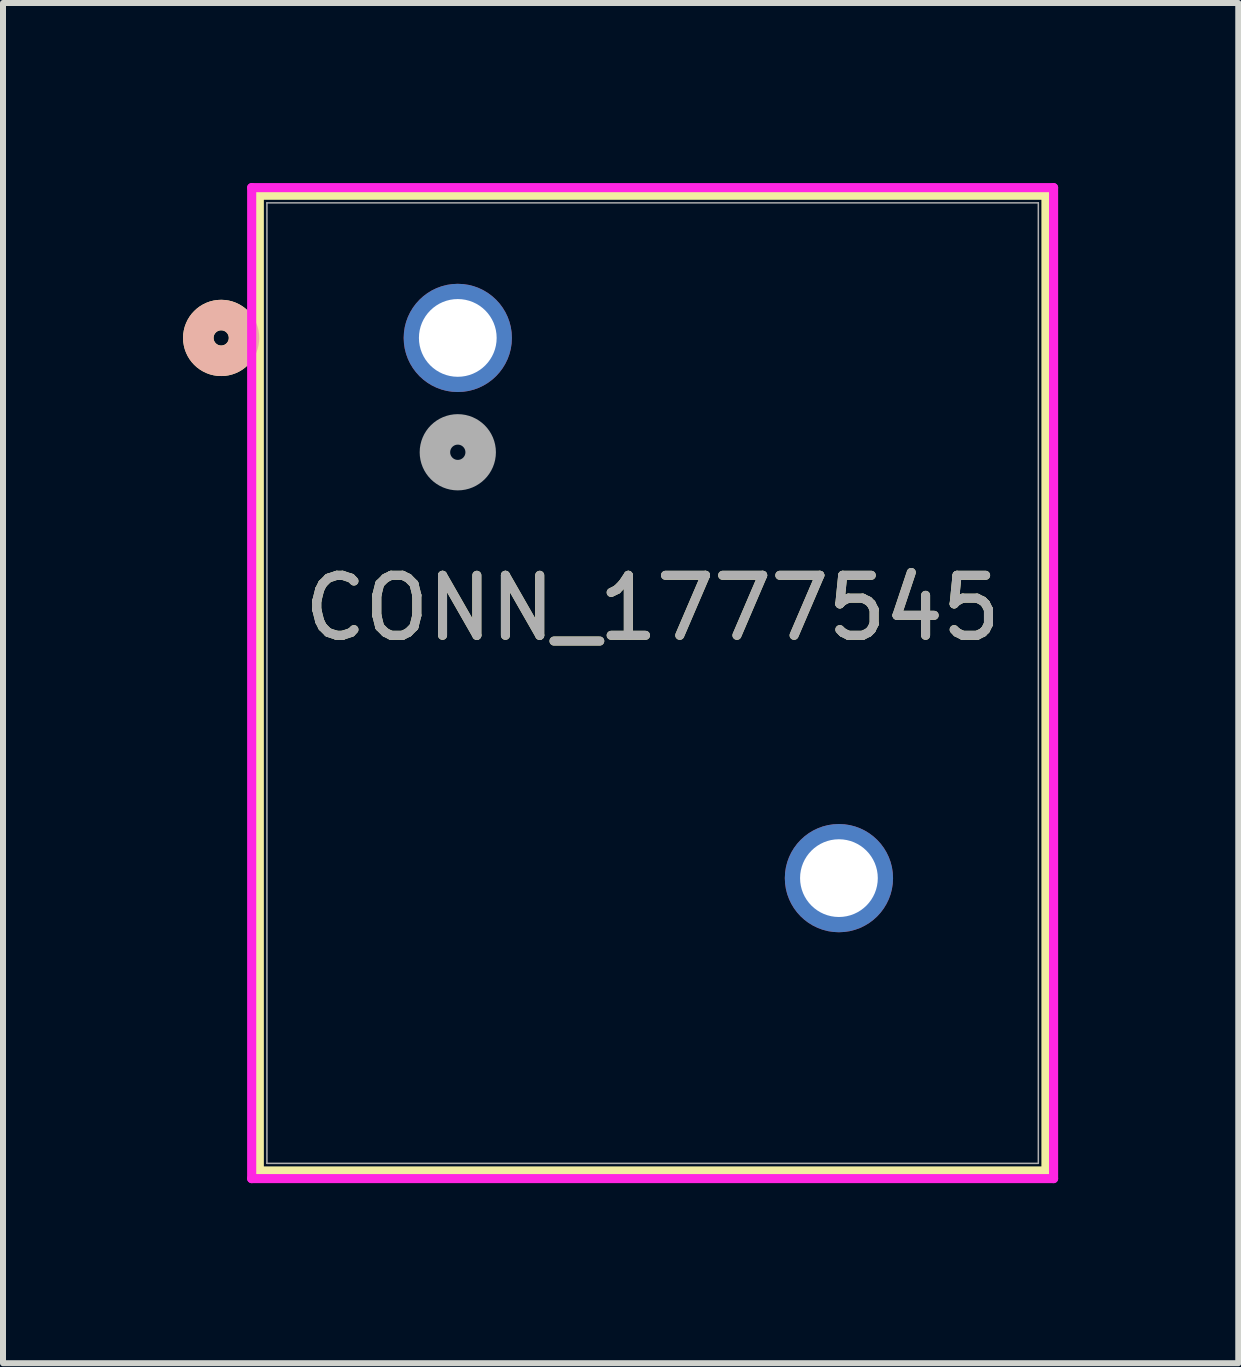
<source format=kicad_pcb>
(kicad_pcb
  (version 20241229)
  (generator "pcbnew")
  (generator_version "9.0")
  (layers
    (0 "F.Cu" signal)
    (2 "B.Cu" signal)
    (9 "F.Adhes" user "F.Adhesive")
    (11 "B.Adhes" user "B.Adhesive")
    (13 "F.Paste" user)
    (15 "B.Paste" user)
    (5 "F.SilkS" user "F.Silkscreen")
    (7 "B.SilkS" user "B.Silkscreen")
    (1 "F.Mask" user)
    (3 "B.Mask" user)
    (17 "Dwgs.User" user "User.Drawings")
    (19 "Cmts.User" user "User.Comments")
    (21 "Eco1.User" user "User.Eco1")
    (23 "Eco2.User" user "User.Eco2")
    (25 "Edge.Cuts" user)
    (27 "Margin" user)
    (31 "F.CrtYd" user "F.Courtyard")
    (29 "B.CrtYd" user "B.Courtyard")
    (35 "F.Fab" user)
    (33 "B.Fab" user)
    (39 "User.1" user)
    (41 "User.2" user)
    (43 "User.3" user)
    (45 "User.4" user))
  (footprint "CONN_1777545"
    (layer "F.Cu")
    (at 11.069 11.58)
    (property "Reference" "CONN_1777545" (at -3.246 -4.5 0) (unlocked yes) (layer "F.SilkS") (effects (font (size 1 1) (thickness 0.15))))
    (attr through_hole)
    (fp_line (start -9.799 -11.377) (end -9.799 4.879) (stroke (width 0.152) (type solid)) (layer "F.SilkS"))
    (fp_line (start -9.799 4.879) (end 3.307 4.879) (stroke (width 0.152) (type solid)) (layer "F.SilkS"))
    (fp_line (start 3.307 -11.377) (end -9.799 -11.377) (stroke (width 0.152) (type solid)) (layer "F.SilkS"))
    (fp_line (start 3.307 4.879) (end 3.307 -11.377) (stroke (width 0.152) (type solid)) (layer "F.SilkS"))
    (fp_circle (center -10.434 -9) (end -10.053 -9) (stroke (width 0.508) (type solid)) (fill no) (layer "F.SilkS"))
    (fp_circle (center -10.434 -9) (end -10.053 -9) (stroke (width 0.508) (type solid)) (fill no) (layer "B.SilkS"))
    (fp_line (start -9.926 -11.504) (end -9.926 5.006) (stroke (width 0.152) (type solid)) (layer "F.CrtYd"))
    (fp_line (start -9.926 5.006) (end 3.434 5.006) (stroke (width 0.152) (type solid)) (layer "F.CrtYd"))
    (fp_line (start 3.434 -11.504) (end -9.926 -11.504) (stroke (width 0.152) (type solid)) (layer "F.CrtYd"))
    (fp_line (start 3.434 5.006) (end 3.434 -11.504) (stroke (width 0.152) (type solid)) (layer "F.CrtYd"))
    (fp_line (start -9.672 -11.25) (end -9.672 4.752) (stroke (width 0.025) (type solid)) (layer "F.Fab"))
    (fp_line (start -9.672 4.752) (end 3.18 4.752) (stroke (width 0.025) (type solid)) (layer "F.Fab"))
    (fp_line (start 3.18 -11.25) (end -9.672 -11.25) (stroke (width 0.025) (type solid)) (layer "F.Fab"))
    (fp_line (start 3.18 4.752) (end 3.18 -11.25) (stroke (width 0.025) (type solid)) (layer "F.Fab"))
    (fp_circle (center -6.492 -7.095) (end -6.111 -7.095) (stroke (width 0.508) (type solid)) (fill no) (layer "F.Fab"))
    (fp_text user "${REFERENCE}" (at -3.246 -4.5 0) (unlocked yes) (layer "F.Fab") (effects (font (size 1 1) (thickness 0.15))))
    (pad "1" thru_hole circle (at -6.492 -9) (size 1.803 1.803) (drill 1.295) (layers "*.Cu" "*.Mask"))
    (pad "2" thru_hole circle (at -0.142 0) (size 1.803 1.803) (drill 1.295) (layers "*.Cu" "*.Mask")))
  (gr_rect
    (start -3 -3)
    (end 17.58 19.662)
    (stroke (width 0.1) (type default))
    (fill no)
    (layer "Edge.Cuts")))
</source>
